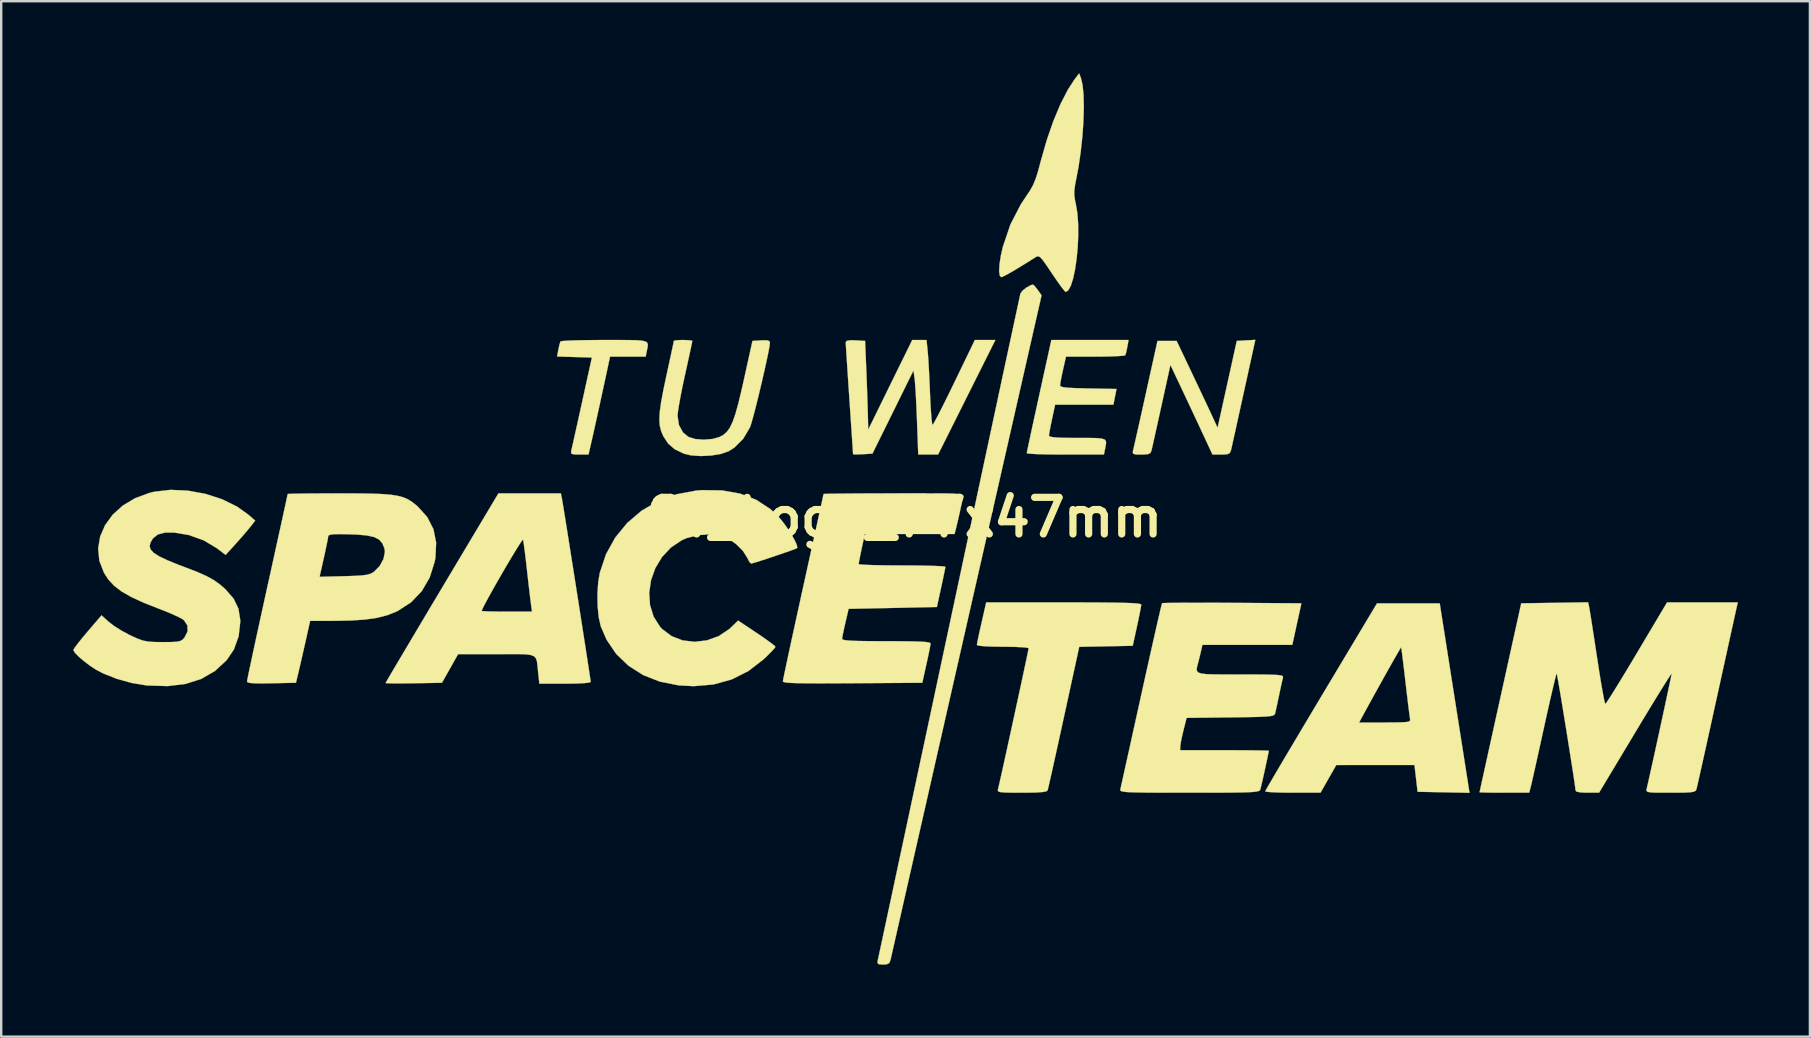
<source format=kicad_pcb>
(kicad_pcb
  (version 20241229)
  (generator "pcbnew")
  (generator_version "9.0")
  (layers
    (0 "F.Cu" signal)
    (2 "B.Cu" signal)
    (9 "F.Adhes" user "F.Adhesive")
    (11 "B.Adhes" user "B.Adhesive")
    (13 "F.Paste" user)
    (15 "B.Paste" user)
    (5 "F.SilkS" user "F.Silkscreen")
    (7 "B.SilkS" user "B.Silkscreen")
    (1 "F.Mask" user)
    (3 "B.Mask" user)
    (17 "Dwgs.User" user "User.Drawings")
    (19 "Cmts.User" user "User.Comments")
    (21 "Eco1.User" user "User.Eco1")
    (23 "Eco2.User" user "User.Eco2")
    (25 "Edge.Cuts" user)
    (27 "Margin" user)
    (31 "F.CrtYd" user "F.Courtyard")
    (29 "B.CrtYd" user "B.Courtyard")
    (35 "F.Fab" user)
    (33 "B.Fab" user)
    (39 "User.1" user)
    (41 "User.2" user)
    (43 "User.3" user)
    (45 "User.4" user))
  (footprint "ST_Logo_77x47mm"
    (layer "F.Cu")
    (at 34.641 18.502)
    (property "Reference" "ST_Logo_77x47mm" (at 0 0 0) (layer "F.SilkS") (effects (font (size 1.524 1.524) (thickness 0.3))))
    (attr through_hole)
    (fp_poly (pts (xy -11.478 -7.387) (xy -11.153 -7.379) (xy -10.93 -7.359) (xy -10.793 -7.323) (xy -10.723 -7.268) (xy -10.703 -7.187) (xy -10.717 -7.078) (xy -10.747 -6.937) (xy -10.795 -6.696) (xy -12.279 -6.696) (xy -12.573 -5.33) (xy -12.681 -4.832) (xy -12.791 -4.329) (xy -12.893 -3.866) (xy -12.978 -3.482) (xy -13.022 -3.29) (xy -13.176 -2.617) (xy -13.555 -2.617) (xy -13.779 -2.623) (xy -13.884 -2.651) (xy -13.905 -2.721) (xy -13.892 -2.79) (xy -13.864 -2.912) (xy -13.808 -3.161) (xy -13.729 -3.514) (xy -13.632 -3.949) (xy -13.523 -4.443) (xy -13.442 -4.811) (xy -13.036 -6.658) (xy -13.761 -6.68) (xy -14.486 -6.702) (xy -14.433 -6.987) (xy -14.389 -7.188) (xy -14.349 -7.319) (xy -14.343 -7.331) (xy -14.259 -7.347) (xy -14.043 -7.362) (xy -13.717 -7.374) (xy -13.303 -7.383) (xy -12.821 -7.388) (xy -12.503 -7.389) (xy -11.922 -7.389) (xy -11.478 -7.387)) (stroke (width 0.01) (type solid)) (fill yes) (layer "F.SilkS"))
    (fp_poly (pts (xy 14.114 -5.18) (xy 13.988 -4.609) (xy 13.872 -4.082) (xy 13.77 -3.617) (xy 13.685 -3.236) (xy 13.624 -2.959) (xy 13.589 -2.807) (xy 13.585 -2.79) (xy 13.538 -2.683) (xy 13.435 -2.632) (xy 13.231 -2.618) (xy 13.18 -2.617) (xy 12.815 -2.618) (xy 12.394 -3.522) (xy 12.186 -3.968) (xy 11.944 -4.484) (xy 11.701 -5.001) (xy 11.518 -5.388) (xy 11.063 -6.35) (xy 10.691 -4.657) (xy 10.581 -4.157) (xy 10.48 -3.701) (xy 10.393 -3.311) (xy 10.327 -3.012) (xy 10.285 -2.829) (xy 10.276 -2.79) (xy 10.231 -2.686) (xy 10.132 -2.634) (xy 9.936 -2.618) (xy 9.849 -2.617) (xy 9.623 -2.621) (xy 9.516 -2.648) (xy 9.494 -2.719) (xy 9.518 -2.829) (xy 9.548 -2.957) (xy 9.606 -3.214) (xy 9.688 -3.579) (xy 9.789 -4.031) (xy 9.904 -4.547) (xy 10.028 -5.107) (xy 10.047 -5.195) (xy 10.524 -7.351) (xy 11.323 -7.351) (xy 11.981 -5.965) (xy 12.197 -5.508) (xy 12.405 -5.068) (xy 12.59 -4.676) (xy 12.737 -4.362) (xy 12.832 -4.157) (xy 12.833 -4.156) (xy 13.028 -3.733) (xy 13.827 -7.351) (xy 14.213 -7.373) (xy 14.6 -7.396) (xy 14.114 -5.18)) (stroke (width 0.01) (type solid)) (fill yes) (layer "F.SilkS"))
    (fp_poly (pts (xy 22.902 7.526) (xy 23.523 11.473) (xy 22.441 11.451) (xy 21.359 11.43) (xy 21.294 10.872) (xy 21.229 10.314) (xy 19.601 10.315) (xy 17.972 10.316) (xy 17.644 10.892) (xy 17.315 11.468) (xy 16.162 11.468) (xy 15.761 11.465) (xy 15.421 11.455) (xy 15.169 11.44) (xy 15.03 11.421) (xy 15.012 11.411) (xy 15.051 11.336) (xy 15.163 11.141) (xy 15.34 10.838) (xy 15.575 10.437) (xy 15.861 9.952) (xy 16.193 9.394) (xy 16.562 8.774) (xy 16.699 8.544) (xy 18.923 8.544) (xy 19.999 8.544) (xy 20.426 8.542) (xy 20.722 8.536) (xy 20.909 8.522) (xy 21.01 8.497) (xy 21.048 8.458) (xy 21.047 8.409) (xy 21.03 8.292) (xy 20.998 8.049) (xy 20.956 7.707) (xy 20.906 7.292) (xy 20.855 6.85) (xy 20.802 6.401) (xy 20.755 6.009) (xy 20.716 5.697) (xy 20.688 5.49) (xy 20.675 5.411) (xy 20.675 5.411) (xy 20.636 5.47) (xy 20.534 5.643) (xy 20.382 5.909) (xy 20.191 6.246) (xy 19.973 6.634) (xy 19.741 7.052) (xy 19.505 7.478) (xy 19.278 7.891) (xy 19.142 8.14) (xy 18.923 8.544) (xy 16.699 8.544) (xy 16.961 8.104) (xy 17.342 7.466) (xy 19.669 3.579) (xy 22.282 3.579) (xy 22.902 7.526)) (stroke (width 0.01) (type solid)) (fill yes) (layer "F.SilkS"))
    (fp_poly (pts (xy 7.333 -18.312) (xy 7.404 -18.016) (xy 7.445 -17.597) (xy 7.456 -17.082) (xy 7.44 -16.496) (xy 7.396 -15.868) (xy 7.327 -15.225) (xy 7.234 -14.593) (xy 7.16 -14.199) (xy 7.092 -13.85) (xy 7.06 -13.599) (xy 7.062 -13.392) (xy 7.095 -13.178) (xy 7.125 -13.044) (xy 7.188 -12.666) (xy 7.22 -12.227) (xy 7.224 -11.75) (xy 7.202 -11.26) (xy 7.157 -10.781) (xy 7.093 -10.337) (xy 7.011 -9.952) (xy 6.915 -9.649) (xy 6.807 -9.454) (xy 6.699 -9.39) (xy 6.637 -9.451) (xy 6.51 -9.615) (xy 6.335 -9.859) (xy 6.132 -10.157) (xy 6.126 -10.166) (xy 5.908 -10.491) (xy 5.755 -10.705) (xy 5.649 -10.828) (xy 5.57 -10.875) (xy 5.501 -10.868) (xy 5.441 -10.834) (xy 4.968 -10.538) (xy 4.576 -10.3) (xy 4.276 -10.127) (xy 4.082 -10.028) (xy 4.015 -10.006) (xy 3.951 -10.076) (xy 3.928 -10.267) (xy 3.945 -10.554) (xy 4 -10.91) (xy 4.083 -11.271) (xy 4.399 -12.205) (xy 4.837 -13.05) (xy 5.055 -13.377) (xy 5.218 -13.62) (xy 5.345 -13.85) (xy 5.451 -14.108) (xy 5.554 -14.436) (xy 5.665 -14.851) (xy 5.909 -15.706) (xy 6.183 -16.499) (xy 6.479 -17.207) (xy 6.785 -17.806) (xy 7.064 -18.235) (xy 7.261 -18.497) (xy 7.333 -18.312)) (stroke (width 0.01) (type solid)) (fill yes) (layer "F.SilkS"))
    (fp_poly (pts (xy 9.268 -7.1) (xy 9.226 -6.898) (xy 9.189 -6.767) (xy 9.183 -6.754) (xy 9.099 -6.734) (xy 8.888 -6.718) (xy 8.576 -6.705) (xy 8.191 -6.698) (xy 7.932 -6.696) (xy 6.713 -6.696) (xy 6.589 -6.148) (xy 6.528 -5.864) (xy 6.484 -5.633) (xy 6.466 -5.501) (xy 6.465 -5.496) (xy 6.497 -5.454) (xy 6.604 -5.423) (xy 6.806 -5.4) (xy 7.121 -5.384) (xy 7.569 -5.372) (xy 7.642 -5.371) (xy 8.818 -5.349) (xy 8.753 -5.022) (xy 8.689 -4.695) (xy 6.261 -4.695) (xy 6.132 -4.097) (xy 6.071 -3.803) (xy 6.026 -3.562) (xy 6.004 -3.418) (xy 6.004 -3.404) (xy 6.046 -3.366) (xy 6.182 -3.339) (xy 6.428 -3.321) (xy 6.801 -3.312) (xy 7.197 -3.31) (xy 7.659 -3.31) (xy 7.987 -3.304) (xy 8.203 -3.284) (xy 8.327 -3.243) (xy 8.379 -3.172) (xy 8.381 -3.062) (xy 8.351 -2.906) (xy 8.342 -2.857) (xy 8.293 -2.617) (xy 6.687 -2.617) (xy 6.208 -2.62) (xy 5.786 -2.627) (xy 5.444 -2.638) (xy 5.203 -2.653) (xy 5.087 -2.669) (xy 5.08 -2.675) (xy 5.096 -2.762) (xy 5.141 -2.98) (xy 5.211 -3.311) (xy 5.303 -3.737) (xy 5.412 -4.238) (xy 5.534 -4.796) (xy 5.592 -5.061) (xy 6.103 -7.389) (xy 9.32 -7.389) (xy 9.268 -7.1)) (stroke (width 0.01) (type solid)) (fill yes) (layer "F.SilkS"))
    (fp_poly (pts (xy 0.95 -6.947) (xy 0.969 -6.719) (xy 0.991 -6.374) (xy 1.014 -5.949) (xy 1.036 -5.483) (xy 1.048 -5.176) (xy 1.068 -4.744) (xy 1.091 -4.37) (xy 1.114 -4.08) (xy 1.137 -3.899) (xy 1.153 -3.848) (xy 1.199 -3.915) (xy 1.303 -4.102) (xy 1.453 -4.391) (xy 1.642 -4.764) (xy 1.858 -5.202) (xy 2.062 -5.619) (xy 2.917 -7.389) (xy 3.772 -7.389) (xy 2.578 -5.003) (xy 1.385 -2.617) (xy 0.558 -2.617) (xy 0.507 -4.022) (xy 0.487 -4.498) (xy 0.466 -4.946) (xy 0.443 -5.333) (xy 0.423 -5.625) (xy 0.408 -5.773) (xy 0.36 -6.119) (xy -0.494 -4.387) (xy -1.349 -2.655) (xy -1.752 -2.632) (xy -1.977 -2.623) (xy -2.124 -2.625) (xy -2.156 -2.632) (xy -2.161 -2.712) (xy -2.175 -2.926) (xy -2.197 -3.255) (xy -2.225 -3.681) (xy -2.259 -4.183) (xy -2.297 -4.743) (xy -2.309 -4.926) (xy -2.348 -5.505) (xy -2.383 -6.036) (xy -2.413 -6.499) (xy -2.438 -6.875) (xy -2.454 -7.143) (xy -2.462 -7.283) (xy -2.463 -7.297) (xy -2.413 -7.357) (xy -2.249 -7.379) (xy -2.059 -7.374) (xy -1.655 -7.351) (xy -1.607 -6.196) (xy -1.588 -5.717) (xy -1.57 -5.223) (xy -1.555 -4.768) (xy -1.544 -4.404) (xy -1.542 -4.349) (xy -1.525 -3.656) (xy -0.609 -5.523) (xy 0.308 -7.389) (xy 0.904 -7.389) (xy 0.95 -6.947)) (stroke (width 0.01) (type solid)) (fill yes) (layer "F.SilkS"))
    (fp_poly (pts (xy 5.405 -9.642) (xy 5.515 -9.504) (xy 5.536 -9.475) (xy 5.696 -9.251) (xy 2.574 4.476) (xy 2.25 5.903) (xy 1.934 7.291) (xy 1.629 8.633) (xy 1.336 9.922) (xy 1.058 11.148) (xy 0.795 12.306) (xy 0.549 13.387) (xy 0.323 14.383) (xy 0.117 15.288) (xy -0.066 16.094) (xy -0.224 16.792) (xy -0.356 17.376) (xy -0.461 17.838) (xy -0.536 18.17) (xy -0.58 18.365) (xy -0.591 18.415) (xy -0.644 18.56) (xy -0.757 18.618) (xy -0.903 18.627) (xy -1.08 18.615) (xy -1.141 18.562) (xy -1.128 18.453) (xy -1.108 18.361) (xy -1.057 18.126) (xy -0.977 17.755) (xy -0.871 17.257) (xy -0.738 16.638) (xy -0.581 15.907) (xy -0.403 15.071) (xy -0.203 14.137) (xy 0.016 13.114) (xy 0.252 12.008) (xy 0.504 10.827) (xy 0.771 9.58) (xy 1.05 8.272) (xy 1.34 6.913) (xy 1.639 5.51) (xy 1.846 4.541) (xy 2.151 3.113) (xy 2.447 1.724) (xy 2.734 0.382) (xy 3.009 -0.905) (xy 3.271 -2.13) (xy 3.518 -3.285) (xy 3.749 -4.362) (xy 3.961 -5.355) (xy 4.154 -6.255) (xy 4.326 -7.055) (xy 4.475 -7.747) (xy 4.599 -8.324) (xy 4.697 -8.779) (xy 4.767 -9.103) (xy 4.808 -9.289) (xy 4.819 -9.333) (xy 4.906 -9.447) (xy 5.07 -9.576) (xy 5.245 -9.673) (xy 5.34 -9.698) (xy 5.405 -9.642)) (stroke (width 0.01) (type solid)) (fill yes) (layer "F.SilkS"))
    (fp_poly (pts (xy 7.444 3.542) (xy 8.124 3.545) (xy 8.673 3.55) (xy 9.102 3.558) (xy 9.422 3.569) (xy 9.645 3.584) (xy 9.781 3.602) (xy 9.843 3.625) (xy 9.849 3.637) (xy 9.832 3.748) (xy 9.789 3.974) (xy 9.726 4.279) (xy 9.67 4.541) (xy 9.494 5.349) (xy 8.38 5.371) (xy 7.265 5.392) (xy 6.624 8.334) (xy 6.481 8.987) (xy 6.348 9.595) (xy 6.227 10.141) (xy 6.124 10.607) (xy 6.04 10.977) (xy 5.981 11.235) (xy 5.95 11.363) (xy 5.947 11.372) (xy 5.883 11.415) (xy 5.717 11.444) (xy 5.435 11.461) (xy 5.019 11.468) (xy 4.874 11.468) (xy 4.457 11.467) (xy 4.171 11.46) (xy 3.994 11.446) (xy 3.902 11.42) (xy 3.872 11.38) (xy 3.879 11.334) (xy 3.905 11.225) (xy 3.959 10.989) (xy 4.036 10.646) (xy 4.131 10.215) (xy 4.241 9.718) (xy 4.36 9.173) (xy 4.484 8.601) (xy 4.61 8.022) (xy 4.733 7.456) (xy 4.848 6.923) (xy 4.951 6.442) (xy 5.037 6.035) (xy 5.104 5.72) (xy 5.145 5.518) (xy 5.157 5.45) (xy 5.085 5.427) (xy 4.886 5.409) (xy 4.588 5.395) (xy 4.219 5.388) (xy 4.079 5.388) (xy 3.655 5.383) (xy 3.321 5.369) (xy 3.097 5.347) (xy 3.003 5.318) (xy 3.002 5.314) (xy 3.013 5.231) (xy 3.05 5.048) (xy 3.114 4.752) (xy 3.209 4.332) (xy 3.336 3.775) (xy 3.35 3.714) (xy 3.39 3.541) (xy 6.621 3.541) (xy 7.444 3.542)) (stroke (width 0.01) (type solid)) (fill yes) (layer "F.SilkS"))
    (fp_poly (pts (xy -9.017 -7.382) (xy -8.877 -7.364) (xy -8.852 -7.35) (xy -8.867 -7.266) (xy -8.912 -7.056) (xy -8.979 -6.745) (xy -9.064 -6.356) (xy -9.159 -5.927) (xy -9.259 -5.462) (xy -9.345 -5.028) (xy -9.412 -4.655) (xy -9.455 -4.375) (xy -9.467 -4.23) (xy -9.408 -3.845) (xy -9.24 -3.537) (xy -9.008 -3.349) (xy -8.728 -3.264) (xy -8.373 -3.237) (xy -8.01 -3.267) (xy -7.738 -3.342) (xy -7.566 -3.432) (xy -7.42 -3.557) (xy -7.29 -3.734) (xy -7.171 -3.983) (xy -7.054 -4.319) (xy -6.931 -4.762) (xy -6.795 -5.33) (xy -6.711 -5.704) (xy -6.347 -7.351) (xy -5.983 -7.374) (xy -5.756 -7.378) (xy -5.646 -7.346) (xy -5.619 -7.275) (xy -5.637 -7.128) (xy -5.687 -6.86) (xy -5.763 -6.5) (xy -5.857 -6.077) (xy -5.962 -5.618) (xy -6.073 -5.153) (xy -6.182 -4.71) (xy -6.283 -4.317) (xy -6.369 -4.003) (xy -6.433 -3.796) (xy -6.451 -3.75) (xy -6.732 -3.274) (xy -7.1 -2.907) (xy -7.341 -2.754) (xy -7.659 -2.644) (xy -8.065 -2.576) (xy -8.502 -2.555) (xy -8.909 -2.583) (xy -9.193 -2.65) (xy -9.581 -2.835) (xy -9.86 -3.075) (xy -10.064 -3.388) (xy -10.152 -3.594) (xy -10.207 -3.816) (xy -10.226 -4.074) (xy -10.209 -4.393) (xy -10.154 -4.793) (xy -10.06 -5.297) (xy -9.929 -5.917) (xy -9.832 -6.361) (xy -9.748 -6.75) (xy -9.681 -7.061) (xy -9.637 -7.271) (xy -9.621 -7.354) (xy -9.621 -7.354) (xy -9.552 -7.374) (xy -9.375 -7.387) (xy -9.236 -7.389) (xy -9.017 -7.382)) (stroke (width 0.01) (type solid)) (fill yes) (layer "F.SilkS"))
    (fp_poly (pts (xy -7.612 -1.124) (xy -6.859 -0.99) (xy -6.192 -0.733) (xy -5.605 -0.35) (xy -5.311 -0.081) (xy -5.123 0.134) (xy -4.93 0.395) (xy -4.749 0.669) (xy -4.601 0.926) (xy -4.504 1.134) (xy -4.477 1.261) (xy -4.486 1.278) (xy -4.568 1.315) (xy -4.762 1.387) (xy -5.035 1.482) (xy -5.352 1.591) (xy -5.678 1.7) (xy -5.98 1.799) (xy -6.224 1.876) (xy -6.374 1.919) (xy -6.403 1.924) (xy -6.47 1.861) (xy -6.555 1.704) (xy -6.568 1.674) (xy -6.747 1.392) (xy -7.024 1.115) (xy -7.346 0.89) (xy -7.635 0.765) (xy -8.098 0.703) (xy -8.607 0.739) (xy -9.092 0.864) (xy -9.286 0.948) (xy -9.744 1.255) (xy -10.115 1.652) (xy -10.393 2.114) (xy -10.573 2.618) (xy -10.648 3.138) (xy -10.614 3.65) (xy -10.466 4.131) (xy -10.197 4.555) (xy -10.11 4.65) (xy -9.713 4.947) (xy -9.251 5.125) (xy -8.75 5.183) (xy -8.241 5.122) (xy -7.752 4.944) (xy -7.311 4.649) (xy -7.225 4.569) (xy -6.946 4.297) (xy -6.167 4.816) (xy -5.867 5.02) (xy -5.621 5.196) (xy -5.453 5.325) (xy -5.388 5.39) (xy -5.388 5.391) (xy -5.441 5.465) (xy -5.581 5.616) (xy -5.784 5.817) (xy -5.885 5.913) (xy -6.515 6.4) (xy -7.21 6.75) (xy -7.971 6.96) (xy -8.796 7.031) (xy -9.424 6.996) (xy -10.202 6.843) (xy -10.901 6.568) (xy -11.512 6.18) (xy -12.024 5.687) (xy -12.424 5.096) (xy -12.665 4.541) (xy -12.751 4.161) (xy -12.798 3.688) (xy -12.805 3.175) (xy -12.77 2.678) (xy -12.707 2.309) (xy -12.448 1.535) (xy -12.063 0.84) (xy -11.565 0.232) (xy -10.967 -0.278) (xy -10.28 -0.679) (xy -9.518 -0.962) (xy -8.693 -1.117) (xy -8.456 -1.135) (xy -7.612 -1.124)) (stroke (width 0.01) (type solid)) (fill yes) (layer "F.SilkS"))
    (fp_poly (pts (xy -14.285 -0.789) (xy -14.264 -0.666) (xy -14.222 -0.413) (xy -14.163 -0.048) (xy -14.089 0.412) (xy -14.004 0.947) (xy -13.91 1.542) (xy -13.809 2.177) (xy -13.706 2.835) (xy -13.601 3.499) (xy -13.5 4.15) (xy -13.403 4.77) (xy -13.314 5.342) (xy -13.236 5.848) (xy -13.171 6.27) (xy -13.122 6.591) (xy -13.093 6.792) (xy -13.085 6.855) (xy -13.158 6.883) (xy -13.361 6.905) (xy -13.67 6.92) (xy -14.062 6.927) (xy -14.155 6.927) (xy -15.225 6.927) (xy -15.276 6.446) (xy -15.3 6.198) (xy -15.322 6.011) (xy -15.363 5.877) (xy -15.443 5.787) (xy -15.582 5.732) (xy -15.799 5.704) (xy -16.114 5.695) (xy -16.546 5.695) (xy -17.006 5.696) (xy -18.608 5.696) (xy -19.281 6.889) (xy -20.455 6.91) (xy -20.86 6.915) (xy -21.205 6.916) (xy -21.462 6.913) (xy -21.607 6.905) (xy -21.628 6.9) (xy -21.59 6.83) (xy -21.48 6.639) (xy -21.304 6.34) (xy -21.069 5.943) (xy -20.783 5.461) (xy -20.453 4.904) (xy -20.084 4.285) (xy -19.853 3.896) (xy -17.626 3.896) (xy -17.554 3.907) (xy -17.355 3.916) (xy -17.059 3.922) (xy -16.692 3.925) (xy -16.578 3.925) (xy -15.53 3.925) (xy -15.575 3.598) (xy -15.6 3.402) (xy -15.637 3.092) (xy -15.682 2.705) (xy -15.73 2.28) (xy -15.744 2.155) (xy -15.79 1.75) (xy -15.834 1.394) (xy -15.871 1.119) (xy -15.897 0.954) (xy -15.904 0.927) (xy -15.946 0.968) (xy -16.05 1.121) (xy -16.203 1.365) (xy -16.391 1.676) (xy -16.602 2.031) (xy -16.822 2.41) (xy -17.039 2.788) (xy -17.24 3.145) (xy -17.411 3.456) (xy -17.54 3.701) (xy -17.614 3.856) (xy -17.626 3.896) (xy -19.853 3.896) (xy -19.685 3.614) (xy -19.279 2.934) (xy -16.929 -1.001) (xy -14.329 -1.001) (xy -14.285 -0.789)) (stroke (width 0.01) (type solid)) (fill yes) (layer "F.SilkS"))
    (fp_poly (pts (xy -22.847 -0.999) (xy -22.263 -0.991) (xy -21.794 -0.974) (xy -21.422 -0.945) (xy -21.128 -0.9) (xy -20.892 -0.837) (xy -20.696 -0.751) (xy -20.521 -0.641) (xy -20.347 -0.503) (xy -20.29 -0.453) (xy -19.892 -0.011) (xy -19.636 0.491) (xy -19.523 1.051) (xy -19.551 1.67) (xy -19.584 1.848) (xy -19.792 2.505) (xy -20.12 3.069) (xy -20.563 3.534) (xy -21.116 3.893) (xy -21.194 3.931) (xy -21.567 4.077) (xy -21.987 4.185) (xy -22.482 4.256) (xy -23.076 4.296) (xy -23.758 4.309) (xy -24.772 4.31) (xy -24.939 5.061) (xy -25.03 5.461) (xy -25.125 5.879) (xy -25.209 6.244) (xy -25.234 6.35) (xy -25.362 6.889) (xy -26.381 6.91) (xy -26.814 6.916) (xy -27.112 6.911) (xy -27.296 6.894) (xy -27.385 6.863) (xy -27.401 6.832) (xy -27.385 6.74) (xy -27.339 6.512) (xy -27.265 6.162) (xy -27.168 5.706) (xy -27.05 5.158) (xy -26.914 4.533) (xy -26.764 3.844) (xy -26.602 3.108) (xy -26.555 2.893) (xy -26.462 2.475) (xy -24.379 2.475) (xy -23.355 2.45) (xy -22.926 2.436) (xy -22.62 2.418) (xy -22.409 2.39) (xy -22.262 2.349) (xy -22.149 2.289) (xy -22.115 2.266) (xy -21.876 2.025) (xy -21.717 1.732) (xy -21.658 1.437) (xy -21.678 1.291) (xy -21.765 1.078) (xy -21.901 0.923) (xy -22.11 0.818) (xy -22.414 0.752) (xy -22.837 0.715) (xy -23.096 0.706) (xy -23.5 0.698) (xy -23.773 0.702) (xy -23.935 0.721) (xy -24.008 0.756) (xy -24.018 0.782) (xy -24.036 0.897) (xy -24.081 1.125) (xy -24.145 1.43) (xy -24.2 1.68) (xy -24.379 2.475) (xy -26.462 2.475) (xy -26.39 2.148) (xy -26.237 1.45) (xy -26.097 0.813) (xy -25.973 0.25) (xy -25.87 -0.223) (xy -25.789 -0.593) (xy -25.735 -0.845) (xy -25.709 -0.965) (xy -25.708 -0.974) (xy -25.634 -0.981) (xy -25.426 -0.987) (xy -25.103 -0.992) (xy -24.685 -0.997) (xy -24.191 -0.999) (xy -23.64 -1.001) (xy -23.567 -1.001) (xy -22.847 -0.999)) (stroke (width 0.01) (type solid)) (fill yes) (layer "F.SilkS"))
    (fp_poly (pts (xy -29.864 -1.114) (xy -29.137 -0.982) (xy -28.442 -0.757) (xy -27.817 -0.45) (xy -27.365 -0.128) (xy -27.06 0.134) (xy -27.263 0.394) (xy -27.417 0.581) (xy -27.632 0.83) (xy -27.862 1.089) (xy -27.88 1.109) (xy -28.292 1.563) (xy -28.652 1.289) (xy -29.198 0.96) (xy -29.824 0.735) (xy -30.42 0.635) (xy -30.827 0.635) (xy -31.12 0.713) (xy -31.323 0.879) (xy -31.419 1.043) (xy -31.458 1.194) (xy -31.42 1.334) (xy -31.292 1.474) (xy -31.062 1.622) (xy -30.715 1.787) (xy -30.24 1.98) (xy -29.957 2.087) (xy -29.463 2.278) (xy -29.084 2.447) (xy -28.782 2.614) (xy -28.524 2.798) (xy -28.299 2.995) (xy -27.959 3.385) (xy -27.759 3.801) (xy -27.684 4.273) (xy -27.682 4.349) (xy -27.75 4.955) (xy -27.948 5.503) (xy -28.251 5.95) (xy -28.738 6.399) (xy -29.305 6.727) (xy -29.958 6.936) (xy -30.702 7.027) (xy -31.544 7.003) (xy -31.596 6.998) (xy -32.205 6.898) (xy -32.829 6.724) (xy -33.402 6.496) (xy -33.682 6.349) (xy -33.934 6.186) (xy -34.187 5.994) (xy -34.41 5.803) (xy -34.57 5.639) (xy -34.636 5.531) (xy -34.636 5.526) (xy -34.589 5.442) (xy -34.46 5.267) (xy -34.27 5.029) (xy -34.049 4.766) (xy -33.462 4.079) (xy -33.155 4.357) (xy -32.933 4.526) (xy -32.629 4.718) (xy -32.304 4.893) (xy -32.26 4.914) (xy -31.975 5.045) (xy -31.749 5.128) (xy -31.531 5.172) (xy -31.264 5.191) (xy -30.916 5.195) (xy -30.565 5.192) (xy -30.333 5.18) (xy -30.186 5.15) (xy -30.09 5.097) (xy -30.012 5.014) (xy -29.879 4.756) (xy -29.885 4.502) (xy -30.026 4.287) (xy -30.076 4.248) (xy -30.237 4.158) (xy -30.501 4.036) (xy -30.827 3.9) (xy -31.057 3.811) (xy -31.705 3.555) (xy -32.222 3.317) (xy -32.628 3.085) (xy -32.941 2.844) (xy -33.182 2.582) (xy -33.362 2.303) (xy -33.554 1.805) (xy -33.603 1.298) (xy -33.52 0.8) (xy -33.315 0.325) (xy -32.998 -0.111) (xy -32.578 -0.491) (xy -32.065 -0.799) (xy -31.47 -1.019) (xy -31.265 -1.069) (xy -30.586 -1.147) (xy -29.864 -1.114)) (stroke (width 0.01) (type solid)) (fill yes) (layer "F.SilkS"))
    (fp_poly (pts (xy 0.293 -1) (xy 0.902 -0.999) (xy 1.386 -0.995) (xy 1.758 -0.99) (xy 2.032 -0.981) (xy 2.224 -0.968) (xy 2.346 -0.951) (xy 2.412 -0.929) (xy 2.438 -0.901) (xy 2.437 -0.867) (xy 2.436 -0.866) (xy 2.4 -0.717) (xy 2.346 -0.481) (xy 2.309 -0.308) (xy 2.242 -0.007) (xy 2.174 0.284) (xy 2.145 0.404) (xy 2.072 0.693) (xy -1.667 0.693) (xy -1.796 1.291) (xy -1.856 1.579) (xy -1.901 1.807) (xy -1.923 1.934) (xy -1.924 1.945) (xy -1.851 1.961) (xy -1.645 1.975) (xy -1.327 1.987) (xy -0.919 1.995) (xy -0.443 2) (xy -0.115 2.001) (xy 0.394 2.004) (xy 0.847 2.01) (xy 1.223 2.02) (xy 1.502 2.033) (xy 1.661 2.048) (xy 1.69 2.059) (xy 1.674 2.154) (xy 1.631 2.365) (xy 1.569 2.659) (xy 1.511 2.925) (xy 1.336 3.733) (xy -0.503 3.772) (xy -2.342 3.81) (xy -2.476 4.387) (xy -2.541 4.676) (xy -2.59 4.912) (xy -2.613 5.05) (xy -2.614 5.061) (xy -2.581 5.092) (xy -2.469 5.117) (xy -2.264 5.135) (xy -1.953 5.147) (xy -1.52 5.154) (xy -0.951 5.157) (xy -0.77 5.157) (xy -0.162 5.159) (xy 0.307 5.165) (xy 0.65 5.175) (xy 0.882 5.191) (xy 1.018 5.214) (xy 1.071 5.244) (xy 1.073 5.253) (xy 1.056 5.365) (xy 1.012 5.591) (xy 0.948 5.893) (xy 0.899 6.119) (xy 0.728 6.889) (xy -2.176 6.909) (xy -2.948 6.913) (xy -3.579 6.915) (xy -4.081 6.912) (xy -4.465 6.906) (xy -4.745 6.896) (xy -4.932 6.881) (xy -5.04 6.861) (xy -5.079 6.836) (xy -5.08 6.831) (xy -5.064 6.739) (xy -5.018 6.511) (xy -4.944 6.162) (xy -4.847 5.706) (xy -4.729 5.158) (xy -4.593 4.533) (xy -4.442 3.845) (xy -4.281 3.108) (xy -4.233 2.893) (xy -4.069 2.148) (xy -3.916 1.45) (xy -3.775 0.813) (xy -3.652 0.25) (xy -3.549 -0.223) (xy -3.468 -0.593) (xy -3.414 -0.845) (xy -3.388 -0.965) (xy -3.387 -0.974) (xy -3.312 -0.98) (xy -3.101 -0.985) (xy -2.769 -0.99) (xy -2.333 -0.994) (xy -1.81 -0.998) (xy -1.217 -1) (xy -0.57 -1.001) (xy -0.457 -1.001) (xy 0.293 -1)) (stroke (width 0.01) (type solid)) (fill yes) (layer "F.SilkS"))
    (fp_poly (pts (xy 12.921 3.555) (xy 13.567 3.558) (xy 13.636 3.559) (xy 16.52 3.579) (xy 16.14 5.311) (xy 12.395 5.311) (xy 12.348 5.523) (xy 12.294 5.75) (xy 12.232 6.002) (xy 12.231 6.004) (xy 12.186 6.172) (xy 12.159 6.301) (xy 12.167 6.396) (xy 12.226 6.463) (xy 12.353 6.505) (xy 12.565 6.53) (xy 12.878 6.54) (xy 13.31 6.543) (xy 13.876 6.542) (xy 13.975 6.542) (xy 14.55 6.543) (xy 14.988 6.546) (xy 15.307 6.553) (xy 15.526 6.564) (xy 15.662 6.582) (xy 15.732 6.607) (xy 15.755 6.641) (xy 15.751 6.677) (xy 15.718 6.813) (xy 15.664 7.054) (xy 15.601 7.353) (xy 15.585 7.428) (xy 15.521 7.733) (xy 15.465 7.991) (xy 15.426 8.156) (xy 15.421 8.177) (xy 15.398 8.219) (xy 15.341 8.252) (xy 15.234 8.277) (xy 15.056 8.295) (xy 14.791 8.309) (xy 14.42 8.318) (xy 13.924 8.326) (xy 13.561 8.331) (xy 11.738 8.351) (xy 11.611 8.852) (xy 11.544 9.137) (xy 11.495 9.384) (xy 11.476 9.525) (xy 11.468 9.698) (xy 13.316 9.698) (xy 13.831 9.699) (xy 14.29 9.702) (xy 14.674 9.706) (xy 14.96 9.711) (xy 15.127 9.717) (xy 15.163 9.721) (xy 15.147 9.809) (xy 15.106 10.008) (xy 15.048 10.278) (xy 14.982 10.582) (xy 14.916 10.879) (xy 14.858 11.13) (xy 14.818 11.297) (xy 14.809 11.334) (xy 14.789 11.368) (xy 14.745 11.397) (xy 14.661 11.419) (xy 14.523 11.436) (xy 14.317 11.449) (xy 14.027 11.458) (xy 13.64 11.463) (xy 13.14 11.467) (xy 12.513 11.468) (xy 11.855 11.468) (xy 11.108 11.468) (xy 10.501 11.467) (xy 10.02 11.463) (xy 9.65 11.457) (xy 9.377 11.449) (xy 9.187 11.436) (xy 9.067 11.419) (xy 9.001 11.396) (xy 8.975 11.368) (xy 8.976 11.334) (xy 8.999 11.234) (xy 9.051 10.999) (xy 9.13 10.643) (xy 9.232 10.181) (xy 9.355 9.629) (xy 9.493 9) (xy 9.646 8.31) (xy 9.808 7.573) (xy 9.845 7.404) (xy 10.009 6.663) (xy 10.164 5.969) (xy 10.306 5.335) (xy 10.432 4.777) (xy 10.539 4.307) (xy 10.624 3.942) (xy 10.683 3.695) (xy 10.714 3.58) (xy 10.717 3.574) (xy 10.799 3.567) (xy 11.018 3.561) (xy 11.357 3.557) (xy 11.798 3.554) (xy 12.325 3.554) (xy 12.921 3.555)) (stroke (width 0.01) (type solid)) (fill yes) (layer "F.SilkS"))
    (fp_poly (pts (xy 28.501 3.712) (xy 28.523 3.834) (xy 28.565 4.086) (xy 28.621 4.444) (xy 28.69 4.887) (xy 28.767 5.391) (xy 28.834 5.83) (xy 28.915 6.357) (xy 28.991 6.829) (xy 29.06 7.226) (xy 29.117 7.53) (xy 29.158 7.719) (xy 29.179 7.774) (xy 29.23 7.71) (xy 29.349 7.53) (xy 29.527 7.248) (xy 29.754 6.881) (xy 30.02 6.444) (xy 30.315 5.953) (xy 30.491 5.658) (xy 31.75 3.542) (xy 33.223 3.541) (xy 34.697 3.541) (xy 34.632 3.829) (xy 34.603 3.962) (xy 34.544 4.229) (xy 34.459 4.613) (xy 34.352 5.099) (xy 34.227 5.67) (xy 34.086 6.31) (xy 33.934 7.003) (xy 33.79 7.658) (xy 33.632 8.378) (xy 33.483 9.054) (xy 33.347 9.671) (xy 33.226 10.214) (xy 33.125 10.667) (xy 33.047 11.015) (xy 32.995 11.243) (xy 32.973 11.334) (xy 32.941 11.389) (xy 32.869 11.426) (xy 32.731 11.45) (xy 32.503 11.463) (xy 32.159 11.468) (xy 31.897 11.468) (xy 31.481 11.468) (xy 31.196 11.463) (xy 31.019 11.45) (xy 30.925 11.425) (xy 30.892 11.384) (xy 30.897 11.322) (xy 30.904 11.295) (xy 30.951 11.094) (xy 31.021 10.783) (xy 31.109 10.386) (xy 31.211 9.925) (xy 31.321 9.421) (xy 31.435 8.896) (xy 31.548 8.374) (xy 31.656 7.875) (xy 31.753 7.422) (xy 31.835 7.036) (xy 31.897 6.741) (xy 31.934 6.558) (xy 31.942 6.508) (xy 31.904 6.554) (xy 31.796 6.717) (xy 31.626 6.986) (xy 31.403 7.346) (xy 31.135 7.782) (xy 30.831 8.283) (xy 30.499 8.834) (xy 30.431 8.948) (xy 28.919 11.468) (xy 28.43 11.468) (xy 28.131 11.456) (xy 27.973 11.418) (xy 27.939 11.372) (xy 27.927 11.264) (xy 27.894 11.031) (xy 27.844 10.694) (xy 27.779 10.276) (xy 27.704 9.8) (xy 27.623 9.286) (xy 27.538 8.758) (xy 27.453 8.238) (xy 27.373 7.747) (xy 27.3 7.308) (xy 27.237 6.943) (xy 27.19 6.675) (xy 27.161 6.524) (xy 27.154 6.5) (xy 27.13 6.565) (xy 27.079 6.761) (xy 27.004 7.072) (xy 26.909 7.478) (xy 26.799 7.961) (xy 26.678 8.504) (xy 26.64 8.681) (xy 26.513 9.257) (xy 26.394 9.798) (xy 26.287 10.281) (xy 26.197 10.683) (xy 26.129 10.984) (xy 26.087 11.161) (xy 26.083 11.18) (xy 26.01 11.468) (xy 24.974 11.468) (xy 24.595 11.467) (xy 24.278 11.463) (xy 24.052 11.458) (xy 23.945 11.451) (xy 23.94 11.449) (xy 23.957 11.373) (xy 24.003 11.16) (xy 24.077 10.825) (xy 24.175 10.381) (xy 24.293 9.843) (xy 24.429 9.225) (xy 24.58 8.541) (xy 24.743 7.805) (xy 24.809 7.505) (xy 25.676 3.579) (xy 28.461 3.537) (xy 28.501 3.712)) (stroke (width 0.01) (type solid)) (fill yes) (layer "F.SilkS")))
  (gr_rect
    (start -3 -3)
    (end 72.343 40.133)
    (stroke (width 0.1) (type default))
    (fill no)
    (layer "Edge.Cuts")))
</source>
